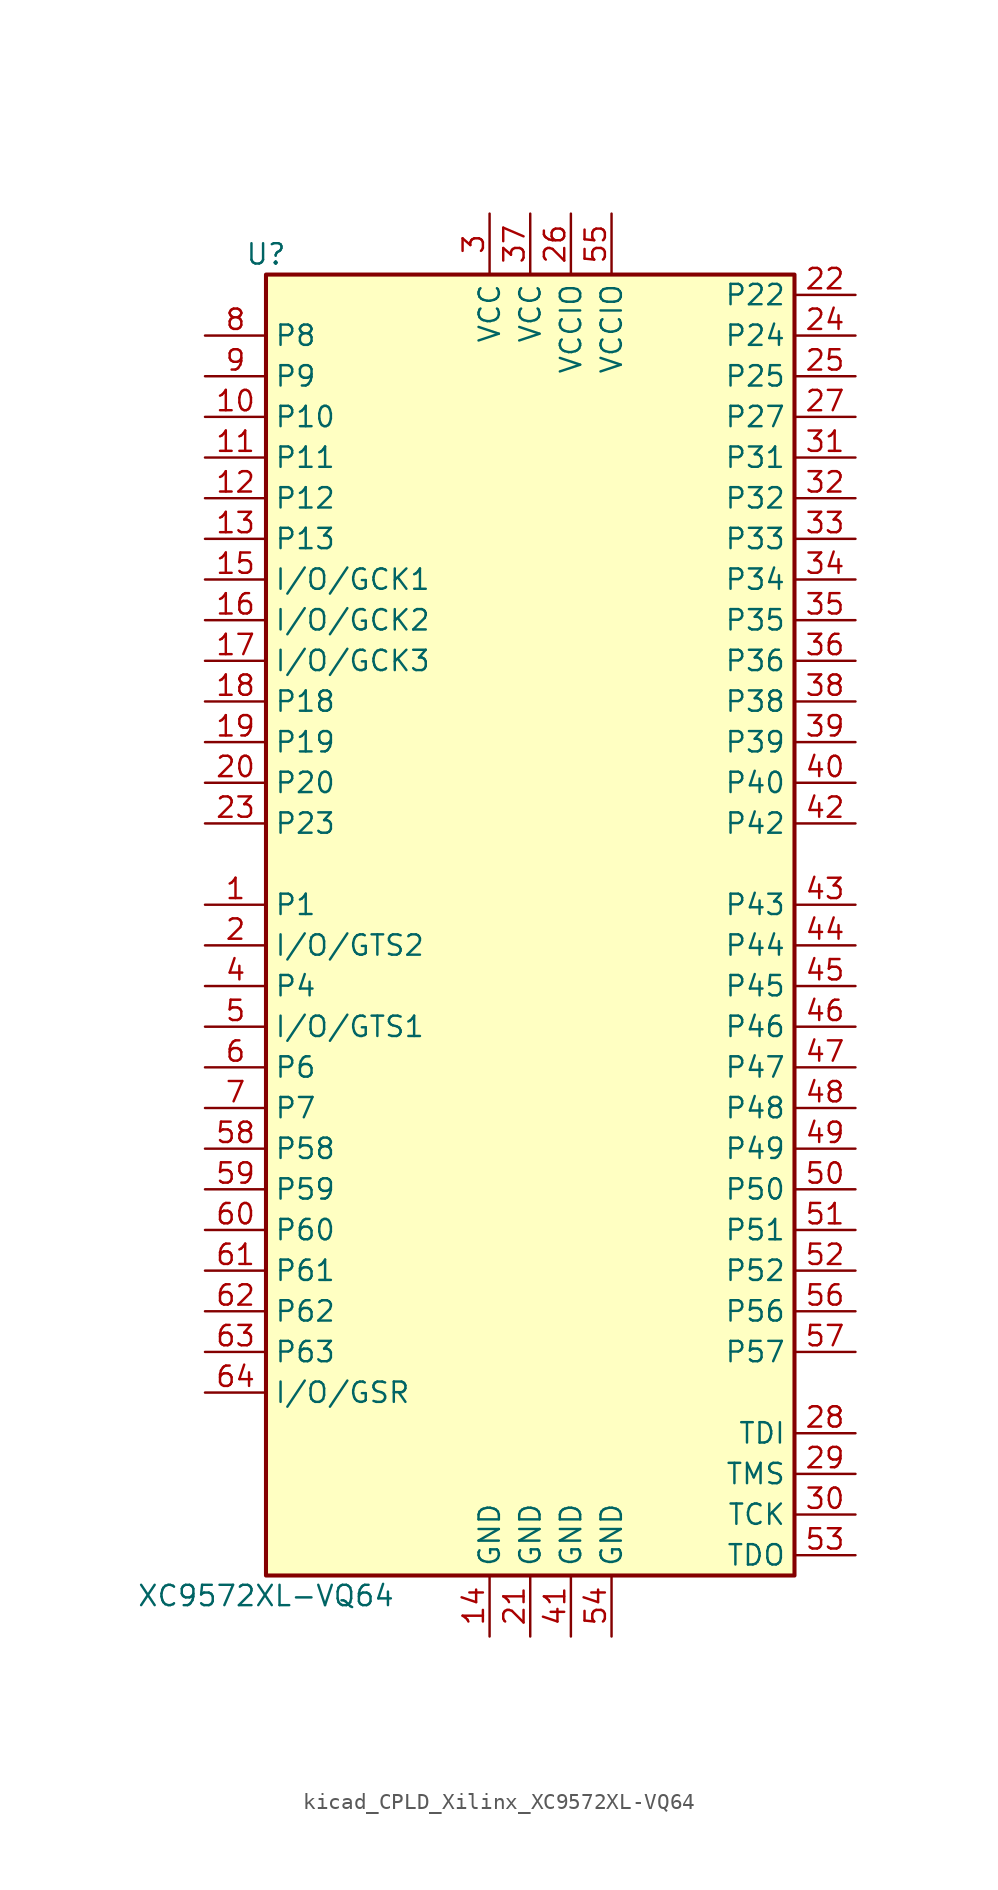
<source format=kicad_sym>
(kicad_symbol_lib
  (version 20220914)
  (generator kicad_symbol_editor)
  (symbol "kicad_CPLD_Xilinx_XC9572XL-VQ64"
    (property "Reference" "U"
      (at -16.51 40.64 0)
      (effects (font (size 1.27 1.27))))
    (property "Value" "XC9572XL-VQ64"
      (at -16.51 -43.18 0)
      (effects (font (size 1.27 1.27))))
    (symbol "kicad_CPLD_Xilinx_XC9572XL-VQ64_1_1"
      (rectangle (start -16.51 39.37) (end 16.51 -41.91) (stroke (width 0.254) (type default)) (fill (type background)))
      (pin bidirectional line (at -20.32 0 0) (length 3.81) (name "P1" (effects (font (size 1.27 1.27)))) (number "1" (effects (font (size 1.27 1.27)))))
      (pin bidirectional line (at -20.32 30.48 0) (length 3.81) (name "P10" (effects (font (size 1.27 1.27)))) (number "10" (effects (font (size 1.27 1.27)))))
      (pin bidirectional line (at -20.32 27.94 0) (length 3.81) (name "P11" (effects (font (size 1.27 1.27)))) (number "11" (effects (font (size 1.27 1.27)))))
      (pin bidirectional line (at -20.32 25.4 0) (length 3.81) (name "P12" (effects (font (size 1.27 1.27)))) (number "12" (effects (font (size 1.27 1.27)))))
      (pin bidirectional line (at -20.32 22.86 0) (length 3.81) (name "P13" (effects (font (size 1.27 1.27)))) (number "13" (effects (font (size 1.27 1.27)))))
      (pin power_in line (at -2.54 -45.72 90) (length 3.81) (name "GND" (effects (font (size 1.27 1.27)))) (number "14" (effects (font (size 1.27 1.27)))))
      (pin bidirectional line (at -20.32 20.32 0) (length 3.81) (name "I/O/GCK1" (effects (font (size 1.27 1.27)))) (number "15" (effects (font (size 1.27 1.27)))))
      (pin bidirectional line (at -20.32 17.78 0) (length 3.81) (name "I/O/GCK2" (effects (font (size 1.27 1.27)))) (number "16" (effects (font (size 1.27 1.27)))))
      (pin bidirectional line (at -20.32 15.24 0) (length 3.81) (name "I/O/GCK3" (effects (font (size 1.27 1.27)))) (number "17" (effects (font (size 1.27 1.27)))))
      (pin bidirectional line (at -20.32 12.7 0) (length 3.81) (name "P18" (effects (font (size 1.27 1.27)))) (number "18" (effects (font (size 1.27 1.27)))))
      (pin bidirectional line (at -20.32 10.16 0) (length 3.81) (name "P19" (effects (font (size 1.27 1.27)))) (number "19" (effects (font (size 1.27 1.27)))))
      (pin bidirectional line (at -20.32 -2.54 0) (length 3.81) (name "I/O/GTS2" (effects (font (size 1.27 1.27)))) (number "2" (effects (font (size 1.27 1.27)))))
      (pin bidirectional line (at -20.32 7.62 0) (length 3.81) (name "P20" (effects (font (size 1.27 1.27)))) (number "20" (effects (font (size 1.27 1.27)))))
      (pin power_in line (at 0 -45.72 90) (length 3.81) (name "GND" (effects (font (size 1.27 1.27)))) (number "21" (effects (font (size 1.27 1.27)))))
      (pin bidirectional line (at 20.32 38.1 180) (length 3.81) (name "P22" (effects (font (size 1.27 1.27)))) (number "22" (effects (font (size 1.27 1.27)))))
      (pin bidirectional line (at -20.32 5.08 0) (length 3.81) (name "P23" (effects (font (size 1.27 1.27)))) (number "23" (effects (font (size 1.27 1.27)))))
      (pin bidirectional line (at 20.32 35.56 180) (length 3.81) (name "P24" (effects (font (size 1.27 1.27)))) (number "24" (effects (font (size 1.27 1.27)))))
      (pin bidirectional line (at 20.32 33.02 180) (length 3.81) (name "P25" (effects (font (size 1.27 1.27)))) (number "25" (effects (font (size 1.27 1.27)))))
      (pin power_in line (at 2.54 43.18 270) (length 3.81) (name "VCCIO" (effects (font (size 1.27 1.27)))) (number "26" (effects (font (size 1.27 1.27)))))
      (pin bidirectional line (at 20.32 30.48 180) (length 3.81) (name "P27" (effects (font (size 1.27 1.27)))) (number "27" (effects (font (size 1.27 1.27)))))
      (pin input line (at 20.32 -33.02 180) (length 3.81) (name "TDI" (effects (font (size 1.27 1.27)))) (number "28" (effects (font (size 1.27 1.27)))))
      (pin input line (at 20.32 -35.56 180) (length 3.81) (name "TMS" (effects (font (size 1.27 1.27)))) (number "29" (effects (font (size 1.27 1.27)))))
      (pin power_in line (at -2.54 43.18 270) (length 3.81) (name "VCC" (effects (font (size 1.27 1.27)))) (number "3" (effects (font (size 1.27 1.27)))))
      (pin input line (at 20.32 -38.1 180) (length 3.81) (name "TCK" (effects (font (size 1.27 1.27)))) (number "30" (effects (font (size 1.27 1.27)))))
      (pin bidirectional line (at 20.32 27.94 180) (length 3.81) (name "P31" (effects (font (size 1.27 1.27)))) (number "31" (effects (font (size 1.27 1.27)))))
      (pin bidirectional line (at 20.32 25.4 180) (length 3.81) (name "P32" (effects (font (size 1.27 1.27)))) (number "32" (effects (font (size 1.27 1.27)))))
      (pin bidirectional line (at 20.32 22.86 180) (length 3.81) (name "P33" (effects (font (size 1.27 1.27)))) (number "33" (effects (font (size 1.27 1.27)))))
      (pin bidirectional line (at 20.32 20.32 180) (length 3.81) (name "P34" (effects (font (size 1.27 1.27)))) (number "34" (effects (font (size 1.27 1.27)))))
      (pin bidirectional line (at 20.32 17.78 180) (length 3.81) (name "P35" (effects (font (size 1.27 1.27)))) (number "35" (effects (font (size 1.27 1.27)))))
      (pin bidirectional line (at 20.32 15.24 180) (length 3.81) (name "P36" (effects (font (size 1.27 1.27)))) (number "36" (effects (font (size 1.27 1.27)))))
      (pin power_in line (at 0 43.18 270) (length 3.81) (name "VCC" (effects (font (size 1.27 1.27)))) (number "37" (effects (font (size 1.27 1.27)))))
      (pin bidirectional line (at 20.32 12.7 180) (length 3.81) (name "P38" (effects (font (size 1.27 1.27)))) (number "38" (effects (font (size 1.27 1.27)))))
      (pin bidirectional line (at 20.32 10.16 180) (length 3.81) (name "P39" (effects (font (size 1.27 1.27)))) (number "39" (effects (font (size 1.27 1.27)))))
      (pin bidirectional line (at -20.32 -5.08 0) (length 3.81) (name "P4" (effects (font (size 1.27 1.27)))) (number "4" (effects (font (size 1.27 1.27)))))
      (pin bidirectional line (at 20.32 7.62 180) (length 3.81) (name "P40" (effects (font (size 1.27 1.27)))) (number "40" (effects (font (size 1.27 1.27)))))
      (pin power_in line (at 2.54 -45.72 90) (length 3.81) (name "GND" (effects (font (size 1.27 1.27)))) (number "41" (effects (font (size 1.27 1.27)))))
      (pin bidirectional line (at 20.32 5.08 180) (length 3.81) (name "P42" (effects (font (size 1.27 1.27)))) (number "42" (effects (font (size 1.27 1.27)))))
      (pin bidirectional line (at 20.32 0 180) (length 3.81) (name "P43" (effects (font (size 1.27 1.27)))) (number "43" (effects (font (size 1.27 1.27)))))
      (pin bidirectional line (at 20.32 -2.54 180) (length 3.81) (name "P44" (effects (font (size 1.27 1.27)))) (number "44" (effects (font (size 1.27 1.27)))))
      (pin bidirectional line (at 20.32 -5.08 180) (length 3.81) (name "P45" (effects (font (size 1.27 1.27)))) (number "45" (effects (font (size 1.27 1.27)))))
      (pin bidirectional line (at 20.32 -7.62 180) (length 3.81) (name "P46" (effects (font (size 1.27 1.27)))) (number "46" (effects (font (size 1.27 1.27)))))
      (pin bidirectional line (at 20.32 -10.16 180) (length 3.81) (name "P47" (effects (font (size 1.27 1.27)))) (number "47" (effects (font (size 1.27 1.27)))))
      (pin bidirectional line (at 20.32 -12.7 180) (length 3.81) (name "P48" (effects (font (size 1.27 1.27)))) (number "48" (effects (font (size 1.27 1.27)))))
      (pin bidirectional line (at 20.32 -15.24 180) (length 3.81) (name "P49" (effects (font (size 1.27 1.27)))) (number "49" (effects (font (size 1.27 1.27)))))
      (pin bidirectional line (at -20.32 -7.62 0) (length 3.81) (name "I/O/GTS1" (effects (font (size 1.27 1.27)))) (number "5" (effects (font (size 1.27 1.27)))))
      (pin bidirectional line (at 20.32 -17.78 180) (length 3.81) (name "P50" (effects (font (size 1.27 1.27)))) (number "50" (effects (font (size 1.27 1.27)))))
      (pin bidirectional line (at 20.32 -20.32 180) (length 3.81) (name "P51" (effects (font (size 1.27 1.27)))) (number "51" (effects (font (size 1.27 1.27)))))
      (pin bidirectional line (at 20.32 -22.86 180) (length 3.81) (name "P52" (effects (font (size 1.27 1.27)))) (number "52" (effects (font (size 1.27 1.27)))))
      (pin output line (at 20.32 -40.64 180) (length 3.81) (name "TDO" (effects (font (size 1.27 1.27)))) (number "53" (effects (font (size 1.27 1.27)))))
      (pin power_in line (at 5.08 -45.72 90) (length 3.81) (name "GND" (effects (font (size 1.27 1.27)))) (number "54" (effects (font (size 1.27 1.27)))))
      (pin power_in line (at 5.08 43.18 270) (length 3.81) (name "VCCIO" (effects (font (size 1.27 1.27)))) (number "55" (effects (font (size 1.27 1.27)))))
      (pin bidirectional line (at 20.32 -25.4 180) (length 3.81) (name "P56" (effects (font (size 1.27 1.27)))) (number "56" (effects (font (size 1.27 1.27)))))
      (pin bidirectional line (at 20.32 -27.94 180) (length 3.81) (name "P57" (effects (font (size 1.27 1.27)))) (number "57" (effects (font (size 1.27 1.27)))))
      (pin bidirectional line (at -20.32 -15.24 0) (length 3.81) (name "P58" (effects (font (size 1.27 1.27)))) (number "58" (effects (font (size 1.27 1.27)))))
      (pin bidirectional line (at -20.32 -17.78 0) (length 3.81) (name "P59" (effects (font (size 1.27 1.27)))) (number "59" (effects (font (size 1.27 1.27)))))
      (pin bidirectional line (at -20.32 -10.16 0) (length 3.81) (name "P6" (effects (font (size 1.27 1.27)))) (number "6" (effects (font (size 1.27 1.27)))))
      (pin bidirectional line (at -20.32 -20.32 0) (length 3.81) (name "P60" (effects (font (size 1.27 1.27)))) (number "60" (effects (font (size 1.27 1.27)))))
      (pin bidirectional line (at -20.32 -22.86 0) (length 3.81) (name "P61" (effects (font (size 1.27 1.27)))) (number "61" (effects (font (size 1.27 1.27)))))
      (pin bidirectional line (at -20.32 -25.4 0) (length 3.81) (name "P62" (effects (font (size 1.27 1.27)))) (number "62" (effects (font (size 1.27 1.27)))))
      (pin bidirectional line (at -20.32 -27.94 0) (length 3.81) (name "P63" (effects (font (size 1.27 1.27)))) (number "63" (effects (font (size 1.27 1.27)))))
      (pin bidirectional line (at -20.32 -30.48 0) (length 3.81) (name "I/O/GSR" (effects (font (size 1.27 1.27)))) (number "64" (effects (font (size 1.27 1.27)))))
      (pin bidirectional line (at -20.32 -12.7 0) (length 3.81) (name "P7" (effects (font (size 1.27 1.27)))) (number "7" (effects (font (size 1.27 1.27)))))
      (pin bidirectional line (at -20.32 35.56 0) (length 3.81) (name "P8" (effects (font (size 1.27 1.27)))) (number "8" (effects (font (size 1.27 1.27)))))
      (pin bidirectional line (at -20.32 33.02 0) (length 3.81) (name "P9" (effects (font (size 1.27 1.27)))) (number "9" (effects (font (size 1.27 1.27))))))))
</source>
